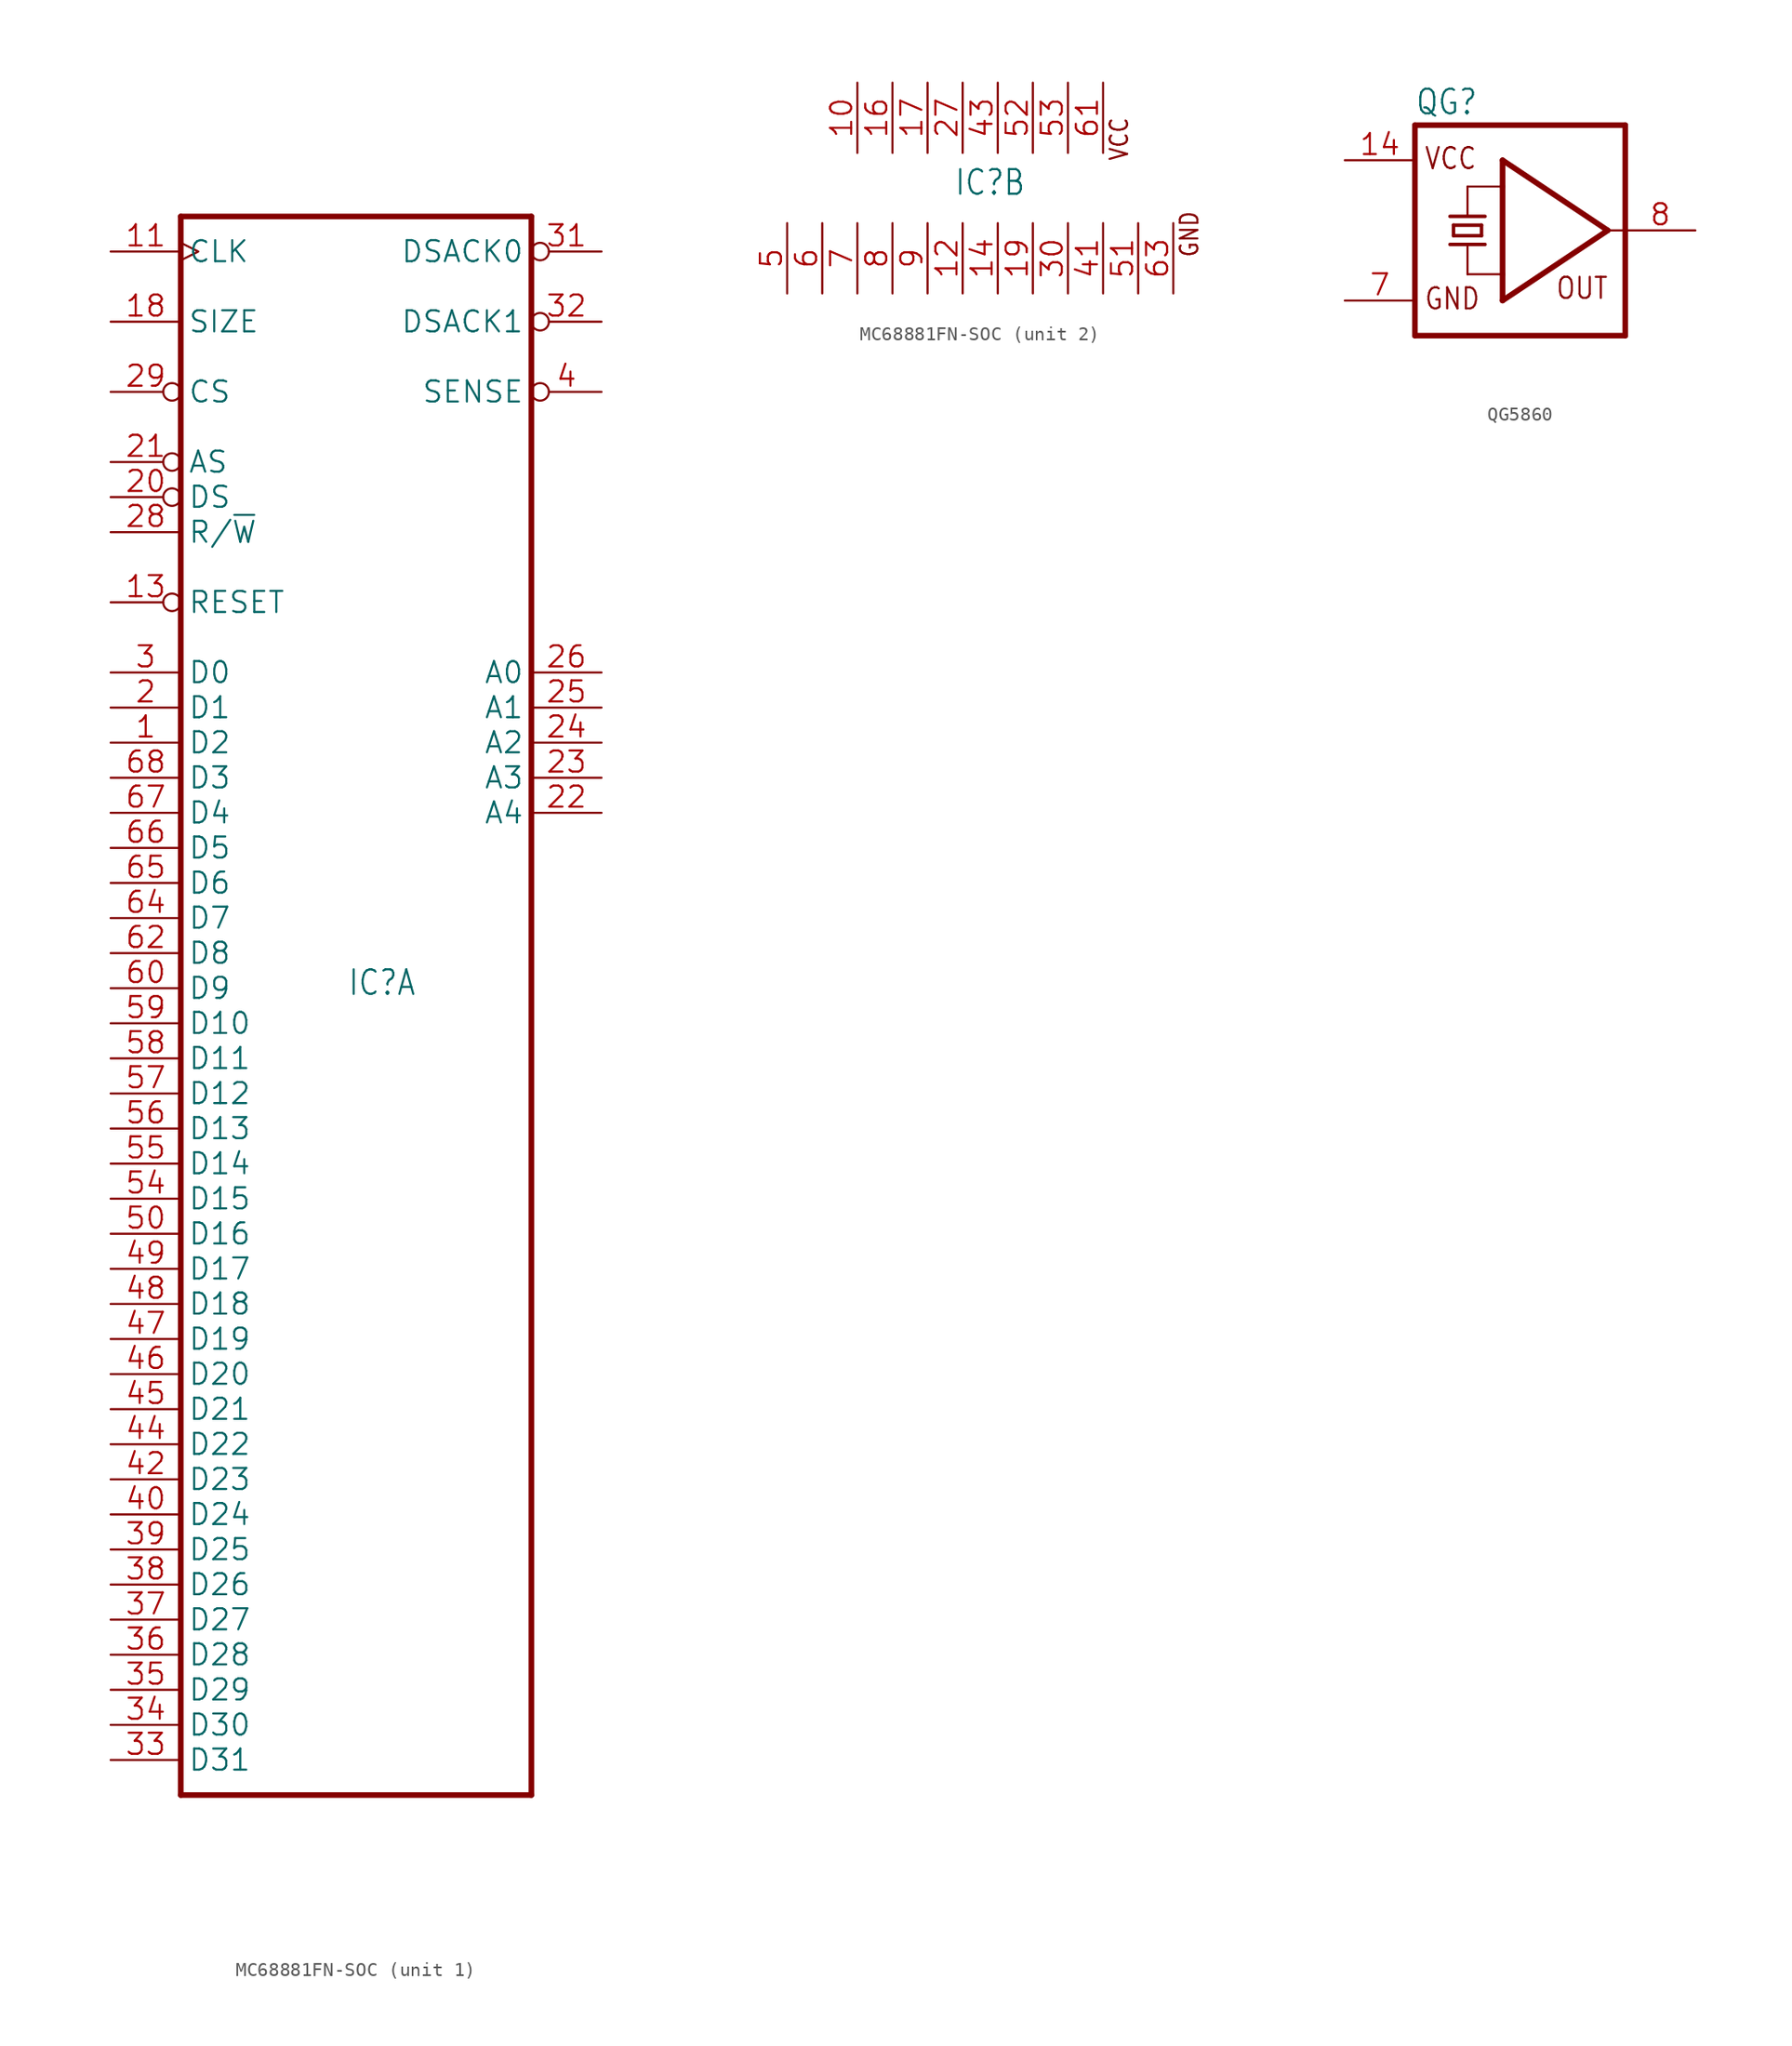
<source format=kicad_sym>
(kicad_symbol_lib
  (version 20241209)
  (generator "kicad_symbol_editor")
  (generator_version "9.0")
  (symbol "MC68881FN-SOC"
    (property "Reference" "IC"
      (at -0.635 -0.635 0)
      (effects (font (size 1.778 1.511)) (justify left bottom)))
    (property "ki_locked" ""
      (at 0 0 0)
      (effects (font (size 1.27 1.27))))
    (symbol "MC68881FN-SOC_1_0"
      (polyline (pts (xy -12.7 -58.42) (xy -12.7 55.88)) (stroke (width 0.406) (type solid)) (fill (type none)))
      (polyline (pts (xy -12.7 -58.42) (xy 12.7 -58.42)) (stroke (width 0.406) (type solid)) (fill (type none)))
      (polyline (pts (xy 12.7 55.88) (xy -12.7 55.88)) (stroke (width 0.406) (type solid)) (fill (type none)))
      (polyline (pts (xy 12.7 55.88) (xy 12.7 -58.42)) (stroke (width 0.406) (type solid)) (fill (type none)))
      (pin input clock (at -17.78 53.34 0) (length 5.08) (name "CLK" (effects (font (size 1.524 1.524)))) (number "11" (effects (font (size 1.524 1.524)))))
      (pin input line (at -17.78 48.26 0) (length 5.08) (name "SIZE" (effects (font (size 1.524 1.524)))) (number "18" (effects (font (size 1.524 1.524)))))
      (pin input inverted (at -17.78 43.18 0) (length 5.08) (name "CS" (effects (font (size 1.524 1.524)))) (number "29" (effects (font (size 1.524 1.524)))))
      (pin input inverted (at -17.78 38.1 0) (length 5.08) (name "AS" (effects (font (size 1.524 1.524)))) (number "21" (effects (font (size 1.524 1.524)))))
      (pin input inverted (at -17.78 35.56 0) (length 5.08) (name "DS" (effects (font (size 1.524 1.524)))) (number "20" (effects (font (size 1.524 1.524)))))
      (pin input line (at -17.78 33.02 0) (length 5.08) (name "R/~{W}" (effects (font (size 1.524 1.524)))) (number "28" (effects (font (size 1.524 1.524)))))
      (pin input inverted (at -17.78 27.94 0) (length 5.08) (name "RESET" (effects (font (size 1.524 1.524)))) (number "13" (effects (font (size 1.524 1.524)))))
      (pin bidirectional line (at -17.78 22.86 0) (length 5.08) (name "D0" (effects (font (size 1.524 1.524)))) (number "3" (effects (font (size 1.524 1.524)))))
      (pin bidirectional line (at -17.78 20.32 0) (length 5.08) (name "D1" (effects (font (size 1.524 1.524)))) (number "2" (effects (font (size 1.524 1.524)))))
      (pin bidirectional line (at -17.78 17.78 0) (length 5.08) (name "D2" (effects (font (size 1.524 1.524)))) (number "1" (effects (font (size 1.524 1.524)))))
      (pin bidirectional line (at -17.78 15.24 0) (length 5.08) (name "D3" (effects (font (size 1.524 1.524)))) (number "68" (effects (font (size 1.524 1.524)))))
      (pin bidirectional line (at -17.78 12.7 0) (length 5.08) (name "D4" (effects (font (size 1.524 1.524)))) (number "67" (effects (font (size 1.524 1.524)))))
      (pin bidirectional line (at -17.78 10.16 0) (length 5.08) (name "D5" (effects (font (size 1.524 1.524)))) (number "66" (effects (font (size 1.524 1.524)))))
      (pin bidirectional line (at -17.78 7.62 0) (length 5.08) (name "D6" (effects (font (size 1.524 1.524)))) (number "65" (effects (font (size 1.524 1.524)))))
      (pin bidirectional line (at -17.78 5.08 0) (length 5.08) (name "D7" (effects (font (size 1.524 1.524)))) (number "64" (effects (font (size 1.524 1.524)))))
      (pin bidirectional line (at -17.78 2.54 0) (length 5.08) (name "D8" (effects (font (size 1.524 1.524)))) (number "62" (effects (font (size 1.524 1.524)))))
      (pin bidirectional line (at -17.78 0 0) (length 5.08) (name "D9" (effects (font (size 1.524 1.524)))) (number "60" (effects (font (size 1.524 1.524)))))
      (pin bidirectional line (at -17.78 -2.54 0) (length 5.08) (name "D10" (effects (font (size 1.524 1.524)))) (number "59" (effects (font (size 1.524 1.524)))))
      (pin bidirectional line (at -17.78 -5.08 0) (length 5.08) (name "D11" (effects (font (size 1.524 1.524)))) (number "58" (effects (font (size 1.524 1.524)))))
      (pin bidirectional line (at -17.78 -7.62 0) (length 5.08) (name "D12" (effects (font (size 1.524 1.524)))) (number "57" (effects (font (size 1.524 1.524)))))
      (pin bidirectional line (at -17.78 -10.16 0) (length 5.08) (name "D13" (effects (font (size 1.524 1.524)))) (number "56" (effects (font (size 1.524 1.524)))))
      (pin bidirectional line (at -17.78 -12.7 0) (length 5.08) (name "D14" (effects (font (size 1.524 1.524)))) (number "55" (effects (font (size 1.524 1.524)))))
      (pin bidirectional line (at -17.78 -15.24 0) (length 5.08) (name "D15" (effects (font (size 1.524 1.524)))) (number "54" (effects (font (size 1.524 1.524)))))
      (pin bidirectional line (at -17.78 -17.78 0) (length 5.08) (name "D16" (effects (font (size 1.524 1.524)))) (number "50" (effects (font (size 1.524 1.524)))))
      (pin bidirectional line (at -17.78 -20.32 0) (length 5.08) (name "D17" (effects (font (size 1.524 1.524)))) (number "49" (effects (font (size 1.524 1.524)))))
      (pin bidirectional line (at -17.78 -22.86 0) (length 5.08) (name "D18" (effects (font (size 1.524 1.524)))) (number "48" (effects (font (size 1.524 1.524)))))
      (pin bidirectional line (at -17.78 -25.4 0) (length 5.08) (name "D19" (effects (font (size 1.524 1.524)))) (number "47" (effects (font (size 1.524 1.524)))))
      (pin bidirectional line (at -17.78 -27.94 0) (length 5.08) (name "D20" (effects (font (size 1.524 1.524)))) (number "46" (effects (font (size 1.524 1.524)))))
      (pin bidirectional line (at -17.78 -30.48 0) (length 5.08) (name "D21" (effects (font (size 1.524 1.524)))) (number "45" (effects (font (size 1.524 1.524)))))
      (pin bidirectional line (at -17.78 -33.02 0) (length 5.08) (name "D22" (effects (font (size 1.524 1.524)))) (number "44" (effects (font (size 1.524 1.524)))))
      (pin bidirectional line (at -17.78 -35.56 0) (length 5.08) (name "D23" (effects (font (size 1.524 1.524)))) (number "42" (effects (font (size 1.524 1.524)))))
      (pin bidirectional line (at -17.78 -38.1 0) (length 5.08) (name "D24" (effects (font (size 1.524 1.524)))) (number "40" (effects (font (size 1.524 1.524)))))
      (pin bidirectional line (at -17.78 -40.64 0) (length 5.08) (name "D25" (effects (font (size 1.524 1.524)))) (number "39" (effects (font (size 1.524 1.524)))))
      (pin bidirectional line (at -17.78 -43.18 0) (length 5.08) (name "D26" (effects (font (size 1.524 1.524)))) (number "38" (effects (font (size 1.524 1.524)))))
      (pin bidirectional line (at -17.78 -45.72 0) (length 5.08) (name "D27" (effects (font (size 1.524 1.524)))) (number "37" (effects (font (size 1.524 1.524)))))
      (pin bidirectional line (at -17.78 -48.26 0) (length 5.08) (name "D28" (effects (font (size 1.524 1.524)))) (number "36" (effects (font (size 1.524 1.524)))))
      (pin bidirectional line (at -17.78 -50.8 0) (length 5.08) (name "D29" (effects (font (size 1.524 1.524)))) (number "35" (effects (font (size 1.524 1.524)))))
      (pin bidirectional line (at -17.78 -53.34 0) (length 5.08) (name "D30" (effects (font (size 1.524 1.524)))) (number "34" (effects (font (size 1.524 1.524)))))
      (pin bidirectional line (at -17.78 -55.88 0) (length 5.08) (name "D31" (effects (font (size 1.524 1.524)))) (number "33" (effects (font (size 1.524 1.524)))))
      (pin output inverted (at 17.78 53.34 180) (length 5.08) (name "DSACK0" (effects (font (size 1.524 1.524)))) (number "31" (effects (font (size 1.524 1.524)))))
      (pin output inverted (at 17.78 48.26 180) (length 5.08) (name "DSACK1" (effects (font (size 1.524 1.524)))) (number "32" (effects (font (size 1.524 1.524)))))
      (pin bidirectional inverted (at 17.78 43.18 180) (length 5.08) (name "SENSE" (effects (font (size 1.524 1.524)))) (number "4" (effects (font (size 1.524 1.524)))))
      (pin input line (at 17.78 22.86 180) (length 5.08) (name "A0" (effects (font (size 1.524 1.524)))) (number "26" (effects (font (size 1.524 1.524)))))
      (pin input line (at 17.78 20.32 180) (length 5.08) (name "A1" (effects (font (size 1.524 1.524)))) (number "25" (effects (font (size 1.524 1.524)))))
      (pin input line (at 17.78 17.78 180) (length 5.08) (name "A2" (effects (font (size 1.524 1.524)))) (number "24" (effects (font (size 1.524 1.524)))))
      (pin input line (at 17.78 15.24 180) (length 5.08) (name "A3" (effects (font (size 1.524 1.524)))) (number "23" (effects (font (size 1.524 1.524)))))
      (pin input line (at 17.78 12.7 180) (length 5.08) (name "A4" (effects (font (size 1.524 1.524)))) (number "22" (effects (font (size 1.524 1.524))))))
    (symbol "MC68881FN-SOC_2_0"
      (text "VCC" (at 12.065 1.905 900) (effects (font (size 1.27 1.079)) (justify left bottom)))
      (text "GND" (at 17.145 -5.08 900) (effects (font (size 1.27 1.079)) (justify left bottom)))
      (pin power_in line (at -12.7 -7.62 90) (length 5.08) (name "GND@1" (effects (font (size 0 0)))) (number "5" (effects (font (size 1.524 1.524)))))
      (pin power_in line (at -10.16 -7.62 90) (length 5.08) (name "GND@2" (effects (font (size 0 0)))) (number "6" (effects (font (size 1.524 1.524)))))
      (pin power_in line (at -7.62 7.62 270) (length 5.08) (name "VCC@1" (effects (font (size 0 0)))) (number "10" (effects (font (size 1.524 1.524)))))
      (pin power_in line (at -7.62 -7.62 90) (length 5.08) (name "GND@3" (effects (font (size 0 0)))) (number "7" (effects (font (size 1.524 1.524)))))
      (pin power_in line (at -5.08 7.62 270) (length 5.08) (name "VCC@2" (effects (font (size 0 0)))) (number "16" (effects (font (size 1.524 1.524)))))
      (pin power_in line (at -5.08 -7.62 90) (length 5.08) (name "GND@4" (effects (font (size 0 0)))) (number "8" (effects (font (size 1.524 1.524)))))
      (pin power_in line (at -2.54 7.62 270) (length 5.08) (name "VCC@3" (effects (font (size 0 0)))) (number "17" (effects (font (size 1.524 1.524)))))
      (pin power_in line (at -2.54 -7.62 90) (length 5.08) (name "GND@5" (effects (font (size 0 0)))) (number "9" (effects (font (size 1.524 1.524)))))
      (pin power_in line (at 0 7.62 270) (length 5.08) (name "VCC@4" (effects (font (size 0 0)))) (number "27" (effects (font (size 1.524 1.524)))))
      (pin power_in line (at 0 -7.62 90) (length 5.08) (name "GND@6" (effects (font (size 0 0)))) (number "12" (effects (font (size 1.524 1.524)))))
      (pin power_in line (at 2.54 7.62 270) (length 5.08) (name "VCC@5" (effects (font (size 0 0)))) (number "43" (effects (font (size 1.524 1.524)))))
      (pin power_in line (at 2.54 -7.62 90) (length 5.08) (name "GND@7" (effects (font (size 0 0)))) (number "14" (effects (font (size 1.524 1.524)))))
      (pin power_in line (at 5.08 7.62 270) (length 5.08) (name "VCC@6" (effects (font (size 0 0)))) (number "52" (effects (font (size 1.524 1.524)))))
      (pin power_in line (at 5.08 -7.62 90) (length 5.08) (name "GND@8" (effects (font (size 0 0)))) (number "19" (effects (font (size 1.524 1.524)))))
      (pin power_in line (at 7.62 7.62 270) (length 5.08) (name "VCC@7" (effects (font (size 0 0)))) (number "53" (effects (font (size 1.524 1.524)))))
      (pin power_in line (at 7.62 -7.62 90) (length 5.08) (name "GND@9" (effects (font (size 0 0)))) (number "30" (effects (font (size 1.524 1.524)))))
      (pin power_in line (at 10.16 7.62 270) (length 5.08) (name "VCC@8" (effects (font (size 0 0)))) (number "61" (effects (font (size 1.524 1.524)))))
      (pin power_in line (at 10.16 -7.62 90) (length 5.08) (name "GND@10" (effects (font (size 0 0)))) (number "41" (effects (font (size 1.524 1.524)))))
      (pin power_in line (at 12.7 -7.62 90) (length 5.08) (name "GND@11" (effects (font (size 0 0)))) (number "51" (effects (font (size 1.524 1.524)))))
      (pin power_in line (at 15.24 -7.62 90) (length 5.08) (name "GND@12" (effects (font (size 0 0)))) (number "63" (effects (font (size 1.524 1.524)))))))
  (symbol "QG5860"
    (property "Reference" "QG"
      (at -7.62 8.255 0)
      (effects (font (size 1.778 1.511)) (justify left bottom)))
    (property "Value" ""
      (at -7.62 -10.16 0)
      (effects (font (size 1.778 1.511)) (justify left bottom)))
    (property "ki_locked" ""
      (at 0 0 0)
      (effects (font (size 1.27 1.27))))
    (symbol "QG5860_1_0"
      (polyline (pts (xy -7.62 7.62) (xy -7.62 -7.62)) (stroke (width 0.406) (type solid)) (fill (type none)))
      (polyline (pts (xy -7.62 7.62) (xy 7.62 7.62)) (stroke (width 0.406) (type solid)) (fill (type none)))
      (polyline (pts (xy -5.08 1.016) (xy -2.54 1.016)) (stroke (width 0.254) (type solid)) (fill (type none)))
      (polyline (pts (xy -5.08 -1.016) (xy -3.81 -1.016)) (stroke (width 0.254) (type solid)) (fill (type none)))
      (polyline (pts (xy -4.826 0.381) (xy -2.794 0.381)) (stroke (width 0.254) (type solid)) (fill (type none)))
      (polyline (pts (xy -4.826 -0.381) (xy -4.826 0.381)) (stroke (width 0.254) (type solid)) (fill (type none)))
      (polyline (pts (xy -4.826 -0.381) (xy -2.794 -0.381)) (stroke (width 0.254) (type solid)) (fill (type none)))
      (polyline (pts (xy -3.81 3.175) (xy -1.27 3.175)) (stroke (width 0.152) (type solid)) (fill (type none)))
      (polyline (pts (xy -3.81 1.016) (xy -3.81 3.175)) (stroke (width 0.152) (type solid)) (fill (type none)))
      (polyline (pts (xy -3.81 -1.016) (xy -2.54 -1.016)) (stroke (width 0.254) (type solid)) (fill (type none)))
      (polyline (pts (xy -3.81 -3.175) (xy -3.81 -1.016)) (stroke (width 0.152) (type solid)) (fill (type none)))
      (polyline (pts (xy -3.81 -3.175) (xy -1.27 -3.175)) (stroke (width 0.152) (type solid)) (fill (type none)))
      (polyline (pts (xy -2.794 0.381) (xy -2.794 -0.381)) (stroke (width 0.254) (type solid)) (fill (type none)))
      (polyline (pts (xy -1.27 5.08) (xy 6.35 0)) (stroke (width 0.406) (type solid)) (fill (type none)))
      (polyline (pts (xy -1.27 3.175) (xy -1.27 5.08)) (stroke (width 0.406) (type solid)) (fill (type none)))
      (polyline (pts (xy -1.27 -3.175) (xy -1.27 3.175)) (stroke (width 0.406) (type solid)) (fill (type none)))
      (polyline (pts (xy -1.27 -5.08) (xy -1.27 -3.175)) (stroke (width 0.406) (type solid)) (fill (type none)))
      (polyline (pts (xy 6.35 0) (xy -1.27 -5.08)) (stroke (width 0.406) (type solid)) (fill (type none)))
      (polyline (pts (xy 6.35 0) (xy 7.62 0)) (stroke (width 0.152) (type solid)) (fill (type none)))
      (polyline (pts (xy 7.62 0) (xy 7.62 7.62)) (stroke (width 0.406) (type solid)) (fill (type none)))
      (polyline (pts (xy 7.62 -7.62) (xy -7.62 -7.62)) (stroke (width 0.406) (type solid)) (fill (type none)))
      (polyline (pts (xy 7.62 -7.62) (xy 7.62 0)) (stroke (width 0.406) (type solid)) (fill (type none)))
      (text "VCC" (at -6.985 4.318 0) (effects (font (size 1.524 1.295)) (justify left bottom)))
      (text "GND" (at -6.985 -5.842 0) (effects (font (size 1.524 1.295)) (justify left bottom)))
      (text "OUT" (at 2.54 -5.08 0) (effects (font (size 1.524 1.295)) (justify left bottom)))
      (pin power_in line (at -12.7 5.08 0) (length 5.08) (name "VCC" (effects (font (size 0 0)))) (number "14" (effects (font (size 1.524 1.524)))))
      (pin power_in line (at -12.7 -5.08 0) (length 5.08) (name "GND" (effects (font (size 0 0)))) (number "7" (effects (font (size 1.524 1.524)))))
      (pin output line (at 12.7 0 180) (length 5.08) (name "OUT" (effects (font (size 0 0)))) (number "8" (effects (font (size 1.524 1.524))))))))
</source>
